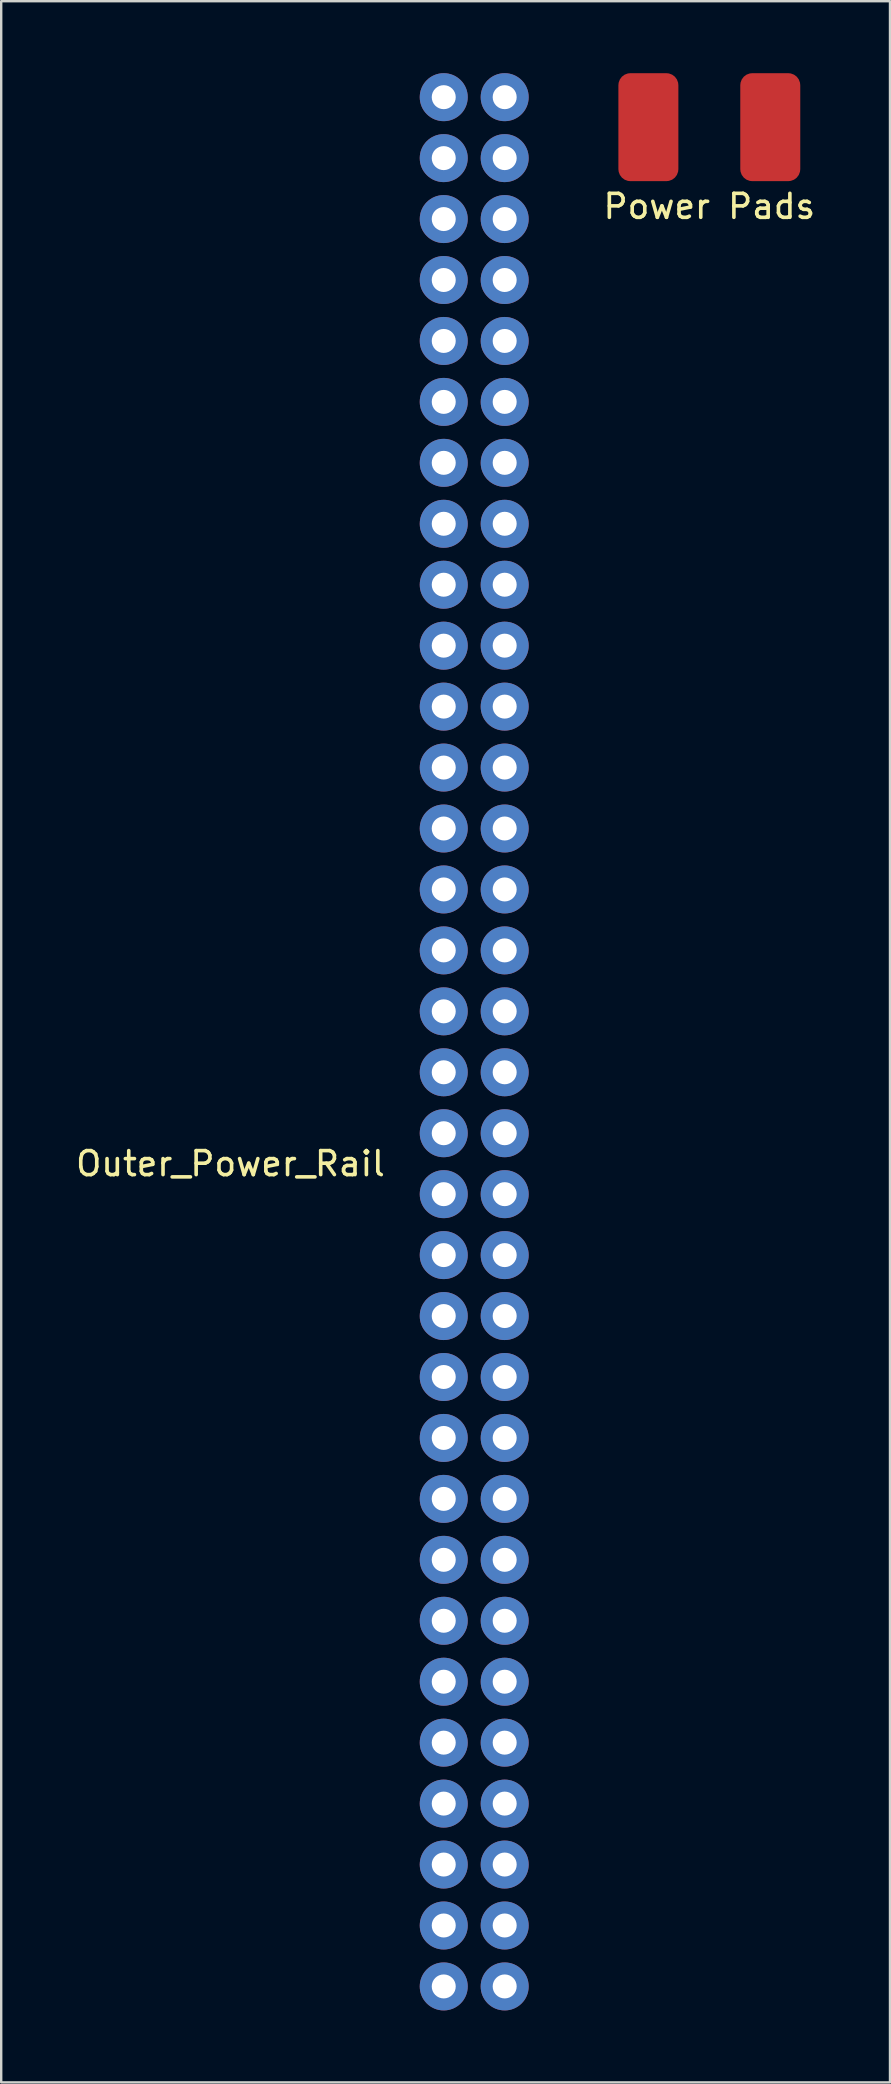
<source format=kicad_pcb>
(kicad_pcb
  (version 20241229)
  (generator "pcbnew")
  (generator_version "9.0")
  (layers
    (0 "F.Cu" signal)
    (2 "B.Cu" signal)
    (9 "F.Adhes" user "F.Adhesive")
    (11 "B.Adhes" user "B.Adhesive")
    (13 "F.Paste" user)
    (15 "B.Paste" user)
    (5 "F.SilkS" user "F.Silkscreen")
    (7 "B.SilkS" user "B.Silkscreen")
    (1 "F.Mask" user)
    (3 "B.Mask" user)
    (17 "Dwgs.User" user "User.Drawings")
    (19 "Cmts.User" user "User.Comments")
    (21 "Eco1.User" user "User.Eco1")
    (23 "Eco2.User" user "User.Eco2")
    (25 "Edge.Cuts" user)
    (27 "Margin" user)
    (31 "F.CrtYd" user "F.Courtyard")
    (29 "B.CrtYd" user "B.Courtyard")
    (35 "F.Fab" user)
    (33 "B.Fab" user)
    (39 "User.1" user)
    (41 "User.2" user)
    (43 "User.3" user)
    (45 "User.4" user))
  (footprint "Outer_Power_Rail"
    (layer "F.Cu")
    (at 16.714 40.37)
    (property "Reference" "Outer_Power_Rail" (at -10.16 5.08 0) (layer "F.SilkS") (effects (font (size 1 1) (thickness 0.15))))
    (attr through_hole)
    (pad "1" thru_hole circle (at -1.27 -39.37) (size 2 2) (drill 1) (layers "*.Cu" "*.Mask"))
    (pad "1" thru_hole circle (at -1.27 -36.83) (size 2 2) (drill 1) (layers "*.Cu" "*.Mask"))
    (pad "1" thru_hole circle (at -1.27 -34.29) (size 2 2) (drill 1) (layers "*.Cu" "*.Mask"))
    (pad "1" thru_hole circle (at -1.27 -31.75) (size 2 2) (drill 1) (layers "*.Cu" "*.Mask"))
    (pad "1" thru_hole circle (at -1.27 -29.21) (size 2 2) (drill 1) (layers "*.Cu" "*.Mask"))
    (pad "1" thru_hole circle (at -1.27 -26.67) (size 2 2) (drill 1) (layers "*.Cu" "*.Mask"))
    (pad "1" thru_hole circle (at -1.27 -24.13) (size 2 2) (drill 1) (layers "*.Cu" "*.Mask"))
    (pad "1" thru_hole circle (at -1.27 -21.59) (size 2 2) (drill 1) (layers "*.Cu" "*.Mask"))
    (pad "1" thru_hole circle (at -1.27 -19.05) (size 2 2) (drill 1) (layers "*.Cu" "*.Mask"))
    (pad "1" thru_hole circle (at -1.27 -16.51) (size 2 2) (drill 1) (layers "*.Cu" "*.Mask"))
    (pad "1" thru_hole circle (at -1.27 -13.97) (size 2 2) (drill 1) (layers "*.Cu" "*.Mask"))
    (pad "1" thru_hole circle (at -1.27 -11.43) (size 2 2) (drill 1) (layers "*.Cu" "*.Mask"))
    (pad "1" thru_hole circle (at -1.27 -8.89) (size 2 2) (drill 1) (layers "*.Cu" "*.Mask"))
    (pad "1" thru_hole circle (at -1.27 -6.35) (size 2 2) (drill 1) (layers "*.Cu" "*.Mask"))
    (pad "1" thru_hole circle (at -1.27 -3.81) (size 2 2) (drill 1) (layers "*.Cu" "*.Mask"))
    (pad "1" thru_hole circle (at -1.27 -1.27) (size 2 2) (drill 1) (layers "*.Cu" "*.Mask"))
    (pad "1" thru_hole circle (at -1.27 1.27) (size 2 2) (drill 1) (layers "*.Cu" "*.Mask"))
    (pad "1" thru_hole circle (at -1.27 3.81) (size 2 2) (drill 1) (layers "*.Cu" "*.Mask"))
    (pad "1" thru_hole circle (at -1.27 6.35) (size 2 2) (drill 1) (layers "*.Cu" "*.Mask"))
    (pad "1" thru_hole circle (at -1.27 8.89) (size 2 2) (drill 1) (layers "*.Cu" "*.Mask"))
    (pad "1" thru_hole circle (at -1.27 11.43) (size 2 2) (drill 1) (layers "*.Cu" "*.Mask"))
    (pad "1" thru_hole circle (at -1.27 13.97) (size 2 2) (drill 1) (layers "*.Cu" "*.Mask"))
    (pad "1" thru_hole circle (at -1.27 16.51) (size 2 2) (drill 1) (layers "*.Cu" "*.Mask"))
    (pad "1" thru_hole circle (at -1.27 19.05) (size 2 2) (drill 1) (layers "*.Cu" "*.Mask"))
    (pad "1" thru_hole circle (at -1.27 21.59) (size 2 2) (drill 1) (layers "*.Cu" "*.Mask"))
    (pad "1" thru_hole circle (at -1.27 24.13) (size 2 2) (drill 1) (layers "*.Cu" "*.Mask"))
    (pad "1" thru_hole circle (at -1.27 26.67) (size 2 2) (drill 1) (layers "*.Cu" "*.Mask"))
    (pad "1" thru_hole circle (at -1.27 29.21) (size 2 2) (drill 1) (layers "*.Cu" "*.Mask"))
    (pad "1" thru_hole circle (at -1.27 31.75) (size 2 2) (drill 1) (layers "*.Cu" "*.Mask"))
    (pad "1" thru_hole circle (at -1.27 34.29) (size 2 2) (drill 1) (layers "*.Cu" "*.Mask"))
    (pad "1" thru_hole circle (at -1.27 36.83) (size 2 2) (drill 1) (layers "*.Cu" "*.Mask"))
    (pad "1" thru_hole circle (at -1.27 39.37) (size 2 2) (drill 1) (layers "*.Cu" "*.Mask"))
    (pad "1" thru_hole circle (at 1.27 -39.37) (size 2 2) (drill 1) (layers "*.Cu" "*.Mask"))
    (pad "1" thru_hole circle (at 1.27 -36.83) (size 2 2) (drill 1) (layers "*.Cu" "*.Mask"))
    (pad "1" thru_hole circle (at 1.27 -34.29) (size 2 2) (drill 1) (layers "*.Cu" "*.Mask"))
    (pad "1" thru_hole circle (at 1.27 -31.75) (size 2 2) (drill 1) (layers "*.Cu" "*.Mask"))
    (pad "1" thru_hole circle (at 1.27 -29.21) (size 2 2) (drill 1) (layers "*.Cu" "*.Mask"))
    (pad "1" thru_hole circle (at 1.27 -26.67) (size 2 2) (drill 1) (layers "*.Cu" "*.Mask"))
    (pad "1" thru_hole circle (at 1.27 -24.13) (size 2 2) (drill 1) (layers "*.Cu" "*.Mask"))
    (pad "1" thru_hole circle (at 1.27 -21.59) (size 2 2) (drill 1) (layers "*.Cu" "*.Mask"))
    (pad "1" thru_hole circle (at 1.27 -19.05) (size 2 2) (drill 1) (layers "*.Cu" "*.Mask"))
    (pad "1" thru_hole circle (at 1.27 -16.51) (size 2 2) (drill 1) (layers "*.Cu" "*.Mask"))
    (pad "1" thru_hole circle (at 1.27 -13.97) (size 2 2) (drill 1) (layers "*.Cu" "*.Mask"))
    (pad "1" thru_hole circle (at 1.27 -11.43) (size 2 2) (drill 1) (layers "*.Cu" "*.Mask"))
    (pad "1" thru_hole circle (at 1.27 -8.89) (size 2 2) (drill 1) (layers "*.Cu" "*.Mask"))
    (pad "1" thru_hole circle (at 1.27 -6.35) (size 2 2) (drill 1) (layers "*.Cu" "*.Mask"))
    (pad "1" thru_hole circle (at 1.27 -3.81) (size 2 2) (drill 1) (layers "*.Cu" "*.Mask"))
    (pad "1" thru_hole circle (at 1.27 -1.27) (size 2 2) (drill 1) (layers "*.Cu" "*.Mask"))
    (pad "1" thru_hole circle (at 1.27 1.27) (size 2 2) (drill 1) (layers "*.Cu" "*.Mask"))
    (pad "1" thru_hole circle (at 1.27 3.81) (size 2 2) (drill 1) (layers "*.Cu" "*.Mask"))
    (pad "1" thru_hole circle (at 1.27 6.35) (size 2 2) (drill 1) (layers "*.Cu" "*.Mask"))
    (pad "1" thru_hole circle (at 1.27 8.89) (size 2 2) (drill 1) (layers "*.Cu" "*.Mask"))
    (pad "1" thru_hole circle (at 1.27 11.43) (size 2 2) (drill 1) (layers "*.Cu" "*.Mask"))
    (pad "1" thru_hole circle (at 1.27 13.97) (size 2 2) (drill 1) (layers "*.Cu" "*.Mask"))
    (pad "1" thru_hole circle (at 1.27 16.51) (size 2 2) (drill 1) (layers "*.Cu" "*.Mask"))
    (pad "1" thru_hole circle (at 1.27 19.05) (size 2 2) (drill 1) (layers "*.Cu" "*.Mask"))
    (pad "1" thru_hole circle (at 1.27 21.59) (size 2 2) (drill 1) (layers "*.Cu" "*.Mask"))
    (pad "1" thru_hole circle (at 1.27 24.13) (size 2 2) (drill 1) (layers "*.Cu" "*.Mask"))
    (pad "1" thru_hole circle (at 1.27 26.67) (size 2 2) (drill 1) (layers "*.Cu" "*.Mask"))
    (pad "1" thru_hole circle (at 1.27 29.21) (size 2 2) (drill 1) (layers "*.Cu" "*.Mask"))
    (pad "1" thru_hole circle (at 1.27 31.75) (size 2 2) (drill 1) (layers "*.Cu" "*.Mask"))
    (pad "1" thru_hole circle (at 1.27 34.29) (size 2 2) (drill 1) (layers "*.Cu" "*.Mask"))
    (pad "1" thru_hole circle (at 1.27 36.83) (size 2 2) (drill 1) (layers "*.Cu" "*.Mask"))
    (pad "1" thru_hole circle (at 1.27 39.37) (size 2 2) (drill 1) (layers "*.Cu" "*.Mask")))
  (footprint "Power Pads"
    (layer "F.Cu")
    (at 26.513 2.25)
    (property "Reference" "Power Pads" (at 0 3.302 0) (layer "F.SilkS") (effects (font (size 1 1) (thickness 0.15))))
    (attr through_hole)
    (pad "1" smd roundrect (at -2.54 0) (size 2.5 4.5) (layers "F.Cu" "F.Mask" "F.Paste") (roundrect_rratio 0.2))
    (pad "1" smd roundrect (at 2.54 0) (size 2.5 4.5) (layers "F.Cu" "F.Mask" "F.Paste") (roundrect_rratio 0.2)))
  (gr_rect
    (start -3 -3)
    (end 34.043 83.74)
    (stroke (width 0.1) (type default))
    (fill no)
    (layer "Edge.Cuts")))
</source>
